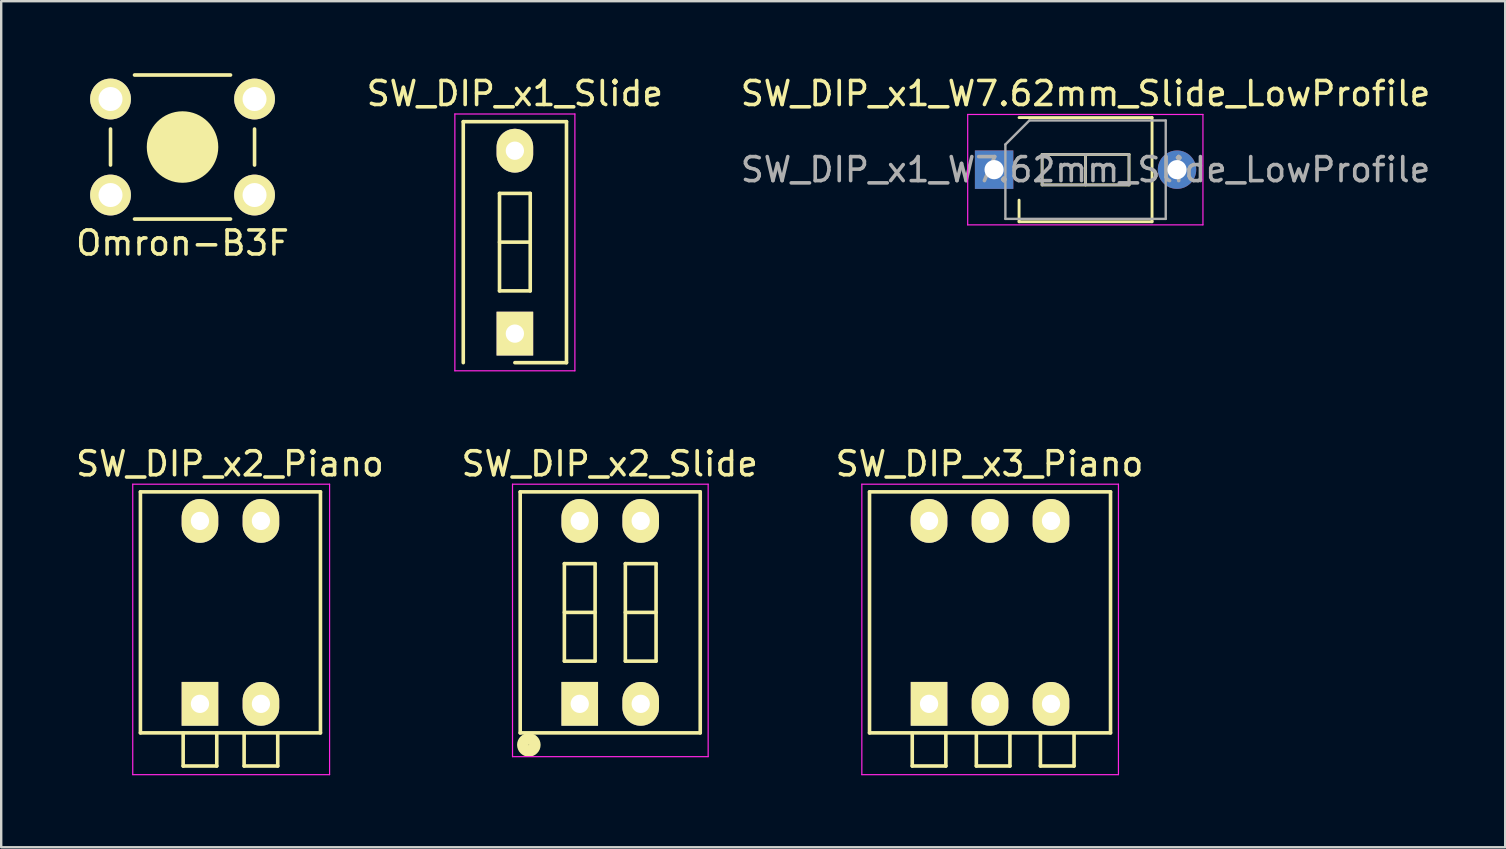
<source format=kicad_pcb>
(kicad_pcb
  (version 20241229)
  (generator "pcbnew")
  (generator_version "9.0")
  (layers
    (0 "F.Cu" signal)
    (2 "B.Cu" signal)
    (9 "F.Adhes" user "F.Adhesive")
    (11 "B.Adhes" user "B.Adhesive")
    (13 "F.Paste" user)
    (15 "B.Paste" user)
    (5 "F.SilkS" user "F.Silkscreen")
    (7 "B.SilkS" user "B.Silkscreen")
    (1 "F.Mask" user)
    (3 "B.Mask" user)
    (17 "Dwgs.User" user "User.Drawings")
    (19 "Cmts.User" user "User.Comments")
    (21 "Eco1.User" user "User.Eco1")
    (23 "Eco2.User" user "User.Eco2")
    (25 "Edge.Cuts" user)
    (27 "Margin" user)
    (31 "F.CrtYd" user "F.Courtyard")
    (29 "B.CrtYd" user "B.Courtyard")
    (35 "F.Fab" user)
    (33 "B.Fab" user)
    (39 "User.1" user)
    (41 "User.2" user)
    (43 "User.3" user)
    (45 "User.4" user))
  (footprint "SW_DIP_x2_Piano"
    (layer "F.Cu")
    (at 5.28 26.271)
    (property "Reference" "SW_DIP_x2_Piano" (at 1.25 -10 0) (layer "F.SilkS") (effects (font (size 1 1) (thickness 0.15))))
    (attr through_hole)
    (fp_line (start -2.48 -8.83) (end 5.02 -8.83) (stroke (width 0.15) (type solid)) (layer "F.SilkS"))
    (fp_line (start -2.48 1.21) (end -2.48 -8.83) (stroke (width 0.15) (type solid)) (layer "F.SilkS"))
    (fp_line (start -0.7 1.22) (end -0.7 2.59) (stroke (width 0.15) (type solid)) (layer "F.SilkS"))
    (fp_line (start -0.7 2.59) (end 0.7 2.59) (stroke (width 0.15) (type solid)) (layer "F.SilkS"))
    (fp_line (start 0.7 2.59) (end 0.7 1.22) (stroke (width 0.15) (type solid)) (layer "F.SilkS"))
    (fp_line (start 1.84 1.22) (end 1.84 2.59) (stroke (width 0.15) (type solid)) (layer "F.SilkS"))
    (fp_line (start 1.84 2.59) (end 3.24 2.59) (stroke (width 0.15) (type solid)) (layer "F.SilkS"))
    (fp_line (start 3.24 2.59) (end 3.24 1.22) (stroke (width 0.15) (type solid)) (layer "F.SilkS"))
    (fp_line (start 5.02 -8.83) (end 5.02 1.21) (stroke (width 0.15) (type solid)) (layer "F.SilkS"))
    (fp_line (start 5.02 1.21) (end -2.48 1.21) (stroke (width 0.15) (type solid)) (layer "F.SilkS"))
    (fp_line (start -2.8 -9.15) (end -2.8 2.95) (stroke (width 0.05) (type solid)) (layer "F.CrtYd"))
    (fp_line (start -2.8 2.95) (end 5.4 2.95) (stroke (width 0.05) (type solid)) (layer "F.CrtYd"))
    (fp_line (start 5.4 -9.15) (end -2.8 -9.15) (stroke (width 0.05) (type solid)) (layer "F.CrtYd"))
    (fp_line (start 5.4 2.95) (end 5.4 -9.15) (stroke (width 0.05) (type solid)) (layer "F.CrtYd"))
    (pad "1" thru_hole rect (at 0 0) (size 1.524 1.824) (drill 0.762) (layers "*.Cu" "*.Mask" "F.SilkS"))
    (pad "2" thru_hole oval (at 2.54 0) (size 1.524 1.824) (drill 0.762) (layers "*.Cu" "*.Mask" "F.SilkS"))
    (pad "3" thru_hole oval (at 2.54 -7.62) (size 1.524 1.824) (drill 0.762) (layers "*.Cu" "*.Mask" "F.SilkS"))
    (pad "4" thru_hole oval (at 0 -7.62) (size 1.524 1.824) (drill 0.762) (layers "*.Cu" "*.Mask" "F.SilkS")))
  (footprint "SW_DIP_x3_Piano"
    (layer "F.Cu")
    (at 35.653 26.271)
    (property "Reference" "SW_DIP_x3_Piano" (at 2.52 -10 0) (layer "F.SilkS") (effects (font (size 1 1) (thickness 0.15))))
    (attr through_hole)
    (fp_line (start -2.48 -8.83) (end 7.56 -8.83) (stroke (width 0.15) (type solid)) (layer "F.SilkS"))
    (fp_line (start -2.48 1.21) (end -2.48 -8.83) (stroke (width 0.15) (type solid)) (layer "F.SilkS"))
    (fp_line (start -0.7 1.22) (end -0.7 2.59) (stroke (width 0.15) (type solid)) (layer "F.SilkS"))
    (fp_line (start -0.7 2.59) (end 0.7 2.59) (stroke (width 0.15) (type solid)) (layer "F.SilkS"))
    (fp_line (start 0.7 2.59) (end 0.7 1.22) (stroke (width 0.15) (type solid)) (layer "F.SilkS"))
    (fp_line (start 1.97 1.22) (end 1.97 2.59) (stroke (width 0.15) (type solid)) (layer "F.SilkS"))
    (fp_line (start 1.97 2.59) (end 3.37 2.59) (stroke (width 0.15) (type solid)) (layer "F.SilkS"))
    (fp_line (start 3.37 2.59) (end 3.37 1.22) (stroke (width 0.15) (type solid)) (layer "F.SilkS"))
    (fp_line (start 4.64 1.22) (end 4.64 2.59) (stroke (width 0.15) (type solid)) (layer "F.SilkS"))
    (fp_line (start 4.64 2.59) (end 6.04 2.59) (stroke (width 0.15) (type solid)) (layer "F.SilkS"))
    (fp_line (start 6.04 2.59) (end 6.04 1.22) (stroke (width 0.15) (type solid)) (layer "F.SilkS"))
    (fp_line (start 7.56 -8.83) (end 7.56 1.21) (stroke (width 0.15) (type solid)) (layer "F.SilkS"))
    (fp_line (start 7.56 1.21) (end -2.48 1.21) (stroke (width 0.15) (type solid)) (layer "F.SilkS"))
    (fp_line (start -2.8 -9.15) (end -2.8 2.95) (stroke (width 0.05) (type solid)) (layer "F.CrtYd"))
    (fp_line (start -2.8 2.95) (end 7.89 2.95) (stroke (width 0.05) (type solid)) (layer "F.CrtYd"))
    (fp_line (start 7.89 -9.15) (end -2.8 -9.15) (stroke (width 0.05) (type solid)) (layer "F.CrtYd"))
    (fp_line (start 7.89 2.95) (end 7.89 -9.15) (stroke (width 0.05) (type solid)) (layer "F.CrtYd"))
    (pad "1" thru_hole rect (at 0 0) (size 1.524 1.824) (drill 0.762) (layers "*.Cu" "*.Mask" "F.SilkS"))
    (pad "2" thru_hole oval (at 2.54 0) (size 1.524 1.824) (drill 0.762) (layers "*.Cu" "*.Mask" "F.SilkS"))
    (pad "3" thru_hole oval (at 5.08 0) (size 1.524 1.824) (drill 0.762) (layers "*.Cu" "*.Mask" "F.SilkS"))
    (pad "4" thru_hole oval (at 5.08 -7.62) (size 1.524 1.824) (drill 0.762) (layers "*.Cu" "*.Mask" "F.SilkS"))
    (pad "5" thru_hole oval (at 2.54 -7.62) (size 1.524 1.824) (drill 0.762) (layers "*.Cu" "*.Mask" "F.SilkS"))
    (pad "6" thru_hole oval (at 0 -7.62) (size 1.524 1.824) (drill 0.762) (layers "*.Cu" "*.Mask" "F.SilkS")))
  (footprint "SW_DIP_x2_Slide"
    (layer "F.Cu")
    (at 21.101 26.271)
    (property "Reference" "SW_DIP_x2_Slide" (at 1.25 -10 0) (layer "F.SilkS") (effects (font (size 1 1) (thickness 0.15))))
    (attr through_hole)
    (fp_line (start -2.48 -8.83) (end 5.02 -8.83) (stroke (width 0.15) (type solid)) (layer "F.SilkS"))
    (fp_line (start -2.48 1.21) (end -2.48 -8.83) (stroke (width 0.15) (type solid)) (layer "F.SilkS"))
    (fp_line (start -0.64 -5.84) (end -0.64 -1.78) (stroke (width 0.15) (type solid)) (layer "F.SilkS"))
    (fp_line (start -0.64 -3.81) (end 0.64 -3.81) (stroke (width 0.15) (type solid)) (layer "F.SilkS"))
    (fp_line (start -0.64 -1.78) (end 0.64 -1.78) (stroke (width 0.15) (type solid)) (layer "F.SilkS"))
    (fp_line (start 0.64 -5.84) (end -0.64 -5.84) (stroke (width 0.15) (type solid)) (layer "F.SilkS"))
    (fp_line (start 0.64 -1.78) (end 0.64 -5.84) (stroke (width 0.15) (type solid)) (layer "F.SilkS"))
    (fp_line (start 1.9 -5.84) (end 1.9 -1.78) (stroke (width 0.15) (type solid)) (layer "F.SilkS"))
    (fp_line (start 1.9 -3.81) (end 3.18 -3.81) (stroke (width 0.15) (type solid)) (layer "F.SilkS"))
    (fp_line (start 1.9 -1.78) (end 3.18 -1.78) (stroke (width 0.15) (type solid)) (layer "F.SilkS"))
    (fp_line (start 3.18 -5.84) (end 1.9 -5.84) (stroke (width 0.15) (type solid)) (layer "F.SilkS"))
    (fp_line (start 3.18 -1.78) (end 3.18 -5.84) (stroke (width 0.15) (type solid)) (layer "F.SilkS"))
    (fp_line (start 5.02 -8.83) (end 5.02 1.21) (stroke (width 0.15) (type solid)) (layer "F.SilkS"))
    (fp_line (start 5.02 1.21) (end -2.48 1.21) (stroke (width 0.15) (type solid)) (layer "F.SilkS"))
    (fp_circle (center -2.12 1.71) (end -2.12 1.7) (stroke (width 0.48) (type solid)) (fill no) (layer "F.SilkS"))
    (fp_line (start -2.8 -9.15) (end -2.8 2.2) (stroke (width 0.05) (type solid)) (layer "F.CrtYd"))
    (fp_line (start -2.8 2.2) (end 5.35 2.2) (stroke (width 0.05) (type solid)) (layer "F.CrtYd"))
    (fp_line (start 5.35 -9.15) (end -2.8 -9.15) (stroke (width 0.05) (type solid)) (layer "F.CrtYd"))
    (fp_line (start 5.35 2.2) (end 5.35 -9.15) (stroke (width 0.05) (type solid)) (layer "F.CrtYd"))
    (pad "1" thru_hole rect (at 0 0) (size 1.524 1.824) (drill 0.762) (layers "*.Cu" "*.Mask" "F.SilkS"))
    (pad "2" thru_hole oval (at 2.54 0) (size 1.524 1.824) (drill 0.762) (layers "*.Cu" "*.Mask" "F.SilkS"))
    (pad "3" thru_hole oval (at 2.54 -7.62) (size 1.524 1.824) (drill 0.762) (layers "*.Cu" "*.Mask" "F.SilkS"))
    (pad "4" thru_hole oval (at 0 -7.62) (size 1.524 1.824) (drill 0.762) (layers "*.Cu" "*.Mask" "F.SilkS")))
  (footprint "SW_DIP_x1_Slide"
    (layer "F.Cu")
    (at 18.399 10.848)
    (property "Reference" "SW_DIP_x1_Slide" (at 0 -10 0) (layer "F.SilkS") (effects (font (size 1 1) (thickness 0.15))))
    (attr through_hole)
    (fp_line (start -2.15 -8.83) (end -2.15 1.21) (stroke (width 0.15) (type solid)) (layer "F.SilkS"))
    (fp_line (start -2.15 -8.83) (end 2.15 -8.83) (stroke (width 0.15) (type solid)) (layer "F.SilkS"))
    (fp_line (start -0.64 -5.84) (end -0.64 -1.78) (stroke (width 0.15) (type solid)) (layer "F.SilkS"))
    (fp_line (start -0.64 -3.81) (end 0.64 -3.81) (stroke (width 0.15) (type solid)) (layer "F.SilkS"))
    (fp_line (start -0.64 -1.78) (end 0.64 -1.78) (stroke (width 0.15) (type solid)) (layer "F.SilkS"))
    (fp_line (start 0 1.21) (end 2.15 1.21) (stroke (width 0.15) (type solid)) (layer "F.SilkS"))
    (fp_line (start 0.64 -5.84) (end -0.64 -5.84) (stroke (width 0.15) (type solid)) (layer "F.SilkS"))
    (fp_line (start 0.64 -1.78) (end 0.64 -5.84) (stroke (width 0.15) (type solid)) (layer "F.SilkS"))
    (fp_line (start 2.15 -8.83) (end 2.15 1.21) (stroke (width 0.15) (type solid)) (layer "F.SilkS"))
    (fp_line (start -2.5 -9.15) (end 2.5 -9.15) (stroke (width 0.05) (type solid)) (layer "F.CrtYd"))
    (fp_line (start -2.5 1.55) (end -2.5 -9.15) (stroke (width 0.05) (type solid)) (layer "F.CrtYd"))
    (fp_line (start 2.5 -9.15) (end 2.5 1.55) (stroke (width 0.05) (type solid)) (layer "F.CrtYd"))
    (fp_line (start 2.5 1.55) (end -2.5 1.55) (stroke (width 0.05) (type solid)) (layer "F.CrtYd"))
    (pad "1" thru_hole rect (at 0 0) (size 1.524 1.824) (drill 0.762) (layers "*.Cu" "*.Mask" "F.SilkS"))
    (pad "2" thru_hole oval (at 0 -7.62) (size 1.524 1.824) (drill 0.762) (layers "*.Cu" "*.Mask" "F.SilkS")))
  (footprint "SW_DIP_x1_W7.62mm_Slide_LowProfile"
    (layer "F.Cu")
    (at 38.363 4.018)
    (property "Reference" "SW_DIP_x1_W7.62mm_Slide_LowProfile" (at 3.81 -3.17 0) (layer "F.SilkS") (effects (font (size 1 1) (thickness 0.15))))
    (attr through_hole)
    (fp_line (start 1.04 -2.17) (end 6.58 -2.17) (stroke (width 0.12) (type solid)) (layer "F.SilkS"))
    (fp_line (start 1.04 2.17) (end 1.04 1.27) (stroke (width 0.12) (type solid)) (layer "F.SilkS"))
    (fp_line (start 2 -0.635) (end 2 0.635) (stroke (width 0.12) (type solid)) (layer "F.SilkS"))
    (fp_line (start 2 0.635) (end 5.62 0.635) (stroke (width 0.12) (type solid)) (layer "F.SilkS"))
    (fp_line (start 3.81 -0.635) (end 3.81 0.635) (stroke (width 0.12) (type solid)) (layer "F.SilkS"))
    (fp_line (start 5.62 -0.635) (end 2 -0.635) (stroke (width 0.12) (type solid)) (layer "F.SilkS"))
    (fp_line (start 5.62 0.635) (end 5.62 -0.635) (stroke (width 0.12) (type solid)) (layer "F.SilkS"))
    (fp_line (start 6.58 -2.17) (end 6.58 2.17) (stroke (width 0.12) (type solid)) (layer "F.SilkS"))
    (fp_line (start 6.58 2.17) (end 1.04 2.17) (stroke (width 0.12) (type solid)) (layer "F.SilkS"))
    (fp_line (start -1.1 -2.3) (end -1.1 2.3) (stroke (width 0.05) (type solid)) (layer "F.CrtYd"))
    (fp_line (start -1.1 2.3) (end 8.7 2.3) (stroke (width 0.05) (type solid)) (layer "F.CrtYd"))
    (fp_line (start 8.7 -2.3) (end -1.1 -2.3) (stroke (width 0.05) (type solid)) (layer "F.CrtYd"))
    (fp_line (start 8.7 2.3) (end 8.7 -2.3) (stroke (width 0.05) (type solid)) (layer "F.CrtYd"))
    (fp_line (start 0.47 -1.05) (end 1.47 -2.05) (stroke (width 0.1) (type solid)) (layer "F.Fab"))
    (fp_line (start 0.47 2.05) (end 0.47 -1.05) (stroke (width 0.1) (type solid)) (layer "F.Fab"))
    (fp_line (start 1.47 -2.05) (end 7.15 -2.05) (stroke (width 0.1) (type solid)) (layer "F.Fab"))
    (fp_line (start 2 -0.635) (end 2 0.635) (stroke (width 0.1) (type solid)) (layer "F.Fab"))
    (fp_line (start 2 0.635) (end 5.62 0.635) (stroke (width 0.1) (type solid)) (layer "F.Fab"))
    (fp_line (start 3.81 -0.635) (end 3.81 0.635) (stroke (width 0.1) (type solid)) (layer "F.Fab"))
    (fp_line (start 5.62 -0.635) (end 2 -0.635) (stroke (width 0.1) (type solid)) (layer "F.Fab"))
    (fp_line (start 5.62 0.635) (end 5.62 -0.635) (stroke (width 0.1) (type solid)) (layer "F.Fab"))
    (fp_line (start 7.15 -2.05) (end 7.15 2.05) (stroke (width 0.1) (type solid)) (layer "F.Fab"))
    (fp_line (start 7.15 2.05) (end 0.47 2.05) (stroke (width 0.1) (type solid)) (layer "F.Fab"))
    (fp_text user "${REFERENCE}" (at 3.81 0 0) (layer "F.Fab") (effects (font (size 1 1) (thickness 0.15))))
    (pad "1" thru_hole rect (at 0 0) (size 1.6 1.6) (drill 0.8) (layers "*.Cu" "*.Mask"))
    (pad "2" thru_hole oval (at 7.62 0) (size 1.6 1.6) (drill 0.8) (layers "*.Cu" "*.Mask")))
  (footprint "Omron-B3F"
    (layer "F.Cu")
    (at 4.554 3.075)
    (property "Reference" "Omron-B3F" (at 0 4 0) (layer "F.SilkS") (effects (font (size 1 1) (thickness 0.15))))
    (attr through_hole)
    (fp_line (start -3 0) (end -3 0) (stroke (width 0.1) (type solid)) (layer "F.SilkS"))
    (fp_line (start -3 0.75) (end -3 -0.75) (stroke (width 0.15) (type solid)) (layer "F.SilkS"))
    (fp_line (start -2 -3) (end 2 -3) (stroke (width 0.15) (type solid)) (layer "F.SilkS"))
    (fp_line (start -2 3) (end 2 3) (stroke (width 0.15) (type solid)) (layer "F.SilkS"))
    (fp_line (start 2 -3) (end -2 -3) (stroke (width 0.1) (type solid)) (layer "F.SilkS"))
    (fp_line (start 2 3) (end -2 3) (stroke (width 0.1) (type solid)) (layer "F.SilkS"))
    (fp_line (start 3 -0.75) (end 3 0.75) (stroke (width 0.15) (type solid)) (layer "F.SilkS"))
    (fp_line (start 3 0) (end 3 0) (stroke (width 0.1) (type solid)) (layer "F.SilkS"))
    (fp_circle (center 0 0) (end 1 1) (stroke (width 0) (type solid)) (fill yes) (layer "F.SilkS"))
    (fp_circle (center 0 0) (end 1 1) (stroke (width 0.15) (type solid)) (fill no) (layer "F.SilkS"))
    (pad "1" thru_hole circle (at 3 2) (size 1.7 1.7) (drill 1) (layers "*.Cu" "*.Mask" "F.SilkS"))
    (pad "2" thru_hole circle (at -3 2) (size 1.7 1.7) (drill 1) (layers "*.Cu" "*.Mask" "F.SilkS"))
    (pad "3" thru_hole circle (at 3 -2) (size 1.7 1.7) (drill 1) (layers "*.Cu" "*.Mask" "F.SilkS"))
    (pad "4" thru_hole circle (at -3 -2) (size 1.7 1.7) (drill 1) (layers "*.Cu" "*.Mask" "F.SilkS")))
  (gr_rect
    (start -3 -3)
    (end 59.655 32.246)
    (stroke (width 0.1) (type default))
    (fill no)
    (layer "Edge.Cuts")))
</source>
